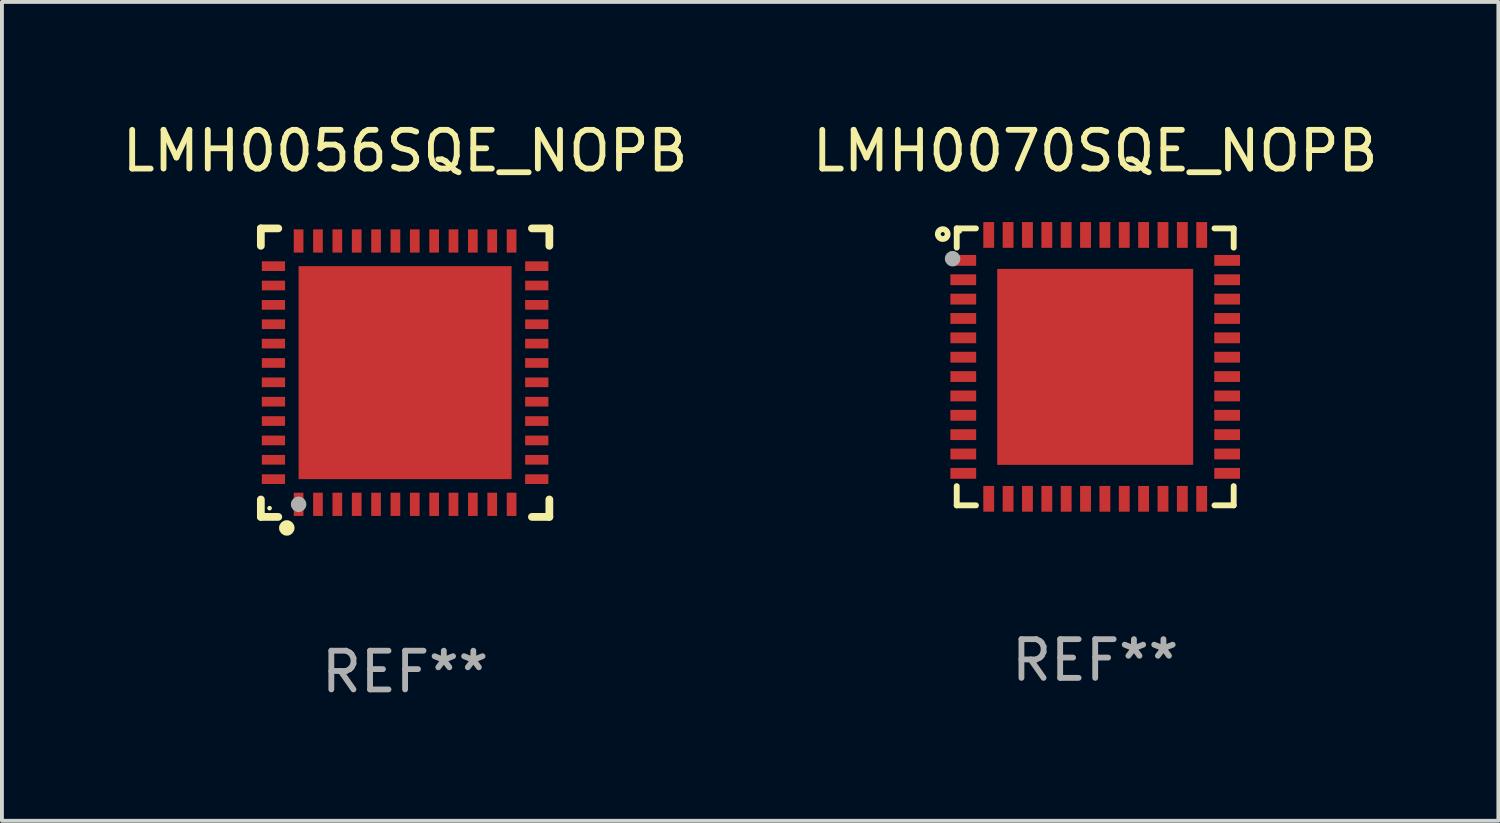
<source format=kicad_pcb>
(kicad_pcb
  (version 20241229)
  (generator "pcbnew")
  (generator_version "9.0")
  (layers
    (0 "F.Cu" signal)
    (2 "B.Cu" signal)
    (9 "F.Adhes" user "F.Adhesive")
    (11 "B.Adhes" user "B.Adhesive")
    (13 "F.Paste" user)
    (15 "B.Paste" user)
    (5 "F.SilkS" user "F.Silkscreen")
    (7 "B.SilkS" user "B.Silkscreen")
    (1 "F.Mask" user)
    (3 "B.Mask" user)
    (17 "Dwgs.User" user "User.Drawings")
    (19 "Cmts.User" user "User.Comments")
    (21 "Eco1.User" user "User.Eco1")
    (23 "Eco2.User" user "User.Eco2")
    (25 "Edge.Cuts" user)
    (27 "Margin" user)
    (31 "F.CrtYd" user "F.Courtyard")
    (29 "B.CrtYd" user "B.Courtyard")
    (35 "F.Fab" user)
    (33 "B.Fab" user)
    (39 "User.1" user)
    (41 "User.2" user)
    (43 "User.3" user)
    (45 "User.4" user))
  (footprint "LMH0070SQE_NOPB"
    (layer "F.Cu")
    (at 25.232 6.424)
    (property "Reference" "LMH0070SQE_NOPB" (at 0 -5.576 0) (layer "F.SilkS") (effects (font (size 1 1) (thickness 0.15))))
    (attr through_hole)
    (fp_line (start -3.576 -3.576) (end -3.576 -3.08) (stroke (width 0.152) (type solid)) (layer "F.SilkS"))
    (fp_line (start -3.576 3.576) (end -3.576 3.08) (stroke (width 0.152) (type solid)) (layer "F.SilkS"))
    (fp_line (start -3.08 -3.576) (end -3.576 -3.576) (stroke (width 0.152) (type solid)) (layer "F.SilkS"))
    (fp_line (start -3.08 3.576) (end -3.576 3.576) (stroke (width 0.152) (type solid)) (layer "F.SilkS"))
    (fp_line (start 3.08 -3.576) (end 3.576 -3.576) (stroke (width 0.152) (type solid)) (layer "F.SilkS"))
    (fp_line (start 3.08 3.576) (end 3.576 3.576) (stroke (width 0.152) (type solid)) (layer "F.SilkS"))
    (fp_line (start 3.576 -3.576) (end 3.576 -3.08) (stroke (width 0.152) (type solid)) (layer "F.SilkS"))
    (fp_line (start 3.576 3.576) (end 3.576 3.08) (stroke (width 0.152) (type solid)) (layer "F.SilkS"))
    (fp_circle (center -3.937 -3.429) (end -3.81 -3.429) (stroke (width 0.15) (type solid)) (fill no) (layer "F.SilkS"))
    (fp_circle (center -3.5 -3.5) (end -3.47 -3.5) (stroke (width 0.06) (type solid)) (fill no) (layer "F.SilkS"))
    (fp_circle (center -3.683 -2.794) (end -3.583 -2.794) (stroke (width 0.2) (type solid)) (fill no) (layer "F.Fab"))
    (fp_text user "REF**" (at 0 7.576 0) (layer "F.Fab") (effects (font (size 1 1) (thickness 0.15))))
    (pad "1" smd rect (at -3.407 -2.75) (size 0.665 0.28) (layers "F.Cu" "F.Mask" "F.Paste"))
    (pad "2" smd rect (at -3.407 -2.25) (size 0.665 0.28) (layers "F.Cu" "F.Mask" "F.Paste"))
    (pad "3" smd rect (at -3.407 -1.75) (size 0.665 0.28) (layers "F.Cu" "F.Mask" "F.Paste"))
    (pad "4" smd rect (at -3.407 -1.25) (size 0.665 0.28) (layers "F.Cu" "F.Mask" "F.Paste"))
    (pad "5" smd rect (at -3.407 -0.75) (size 0.665 0.28) (layers "F.Cu" "F.Mask" "F.Paste"))
    (pad "6" smd rect (at -3.407 -0.25) (size 0.665 0.28) (layers "F.Cu" "F.Mask" "F.Paste"))
    (pad "7" smd rect (at -3.407 0.25) (size 0.665 0.28) (layers "F.Cu" "F.Mask" "F.Paste"))
    (pad "8" smd rect (at -3.407 0.75) (size 0.665 0.28) (layers "F.Cu" "F.Mask" "F.Paste"))
    (pad "9" smd rect (at -3.407 1.25) (size 0.665 0.28) (layers "F.Cu" "F.Mask" "F.Paste"))
    (pad "10" smd rect (at -3.407 1.75) (size 0.665 0.28) (layers "F.Cu" "F.Mask" "F.Paste"))
    (pad "11" smd rect (at -3.407 2.25) (size 0.665 0.28) (layers "F.Cu" "F.Mask" "F.Paste"))
    (pad "12" smd rect (at -3.407 2.75) (size 0.665 0.28) (layers "F.Cu" "F.Mask" "F.Paste"))
    (pad "13" smd rect (at -2.75 3.407) (size 0.28 0.665) (layers "F.Cu" "F.Mask" "F.Paste"))
    (pad "14" smd rect (at -2.25 3.407) (size 0.28 0.665) (layers "F.Cu" "F.Mask" "F.Paste"))
    (pad "15" smd rect (at -1.75 3.407) (size 0.28 0.665) (layers "F.Cu" "F.Mask" "F.Paste"))
    (pad "16" smd rect (at -1.25 3.407) (size 0.28 0.665) (layers "F.Cu" "F.Mask" "F.Paste"))
    (pad "17" smd rect (at -0.75 3.407) (size 0.28 0.665) (layers "F.Cu" "F.Mask" "F.Paste"))
    (pad "18" smd rect (at -0.25 3.407) (size 0.28 0.665) (layers "F.Cu" "F.Mask" "F.Paste"))
    (pad "19" smd rect (at 0.25 3.407) (size 0.28 0.665) (layers "F.Cu" "F.Mask" "F.Paste"))
    (pad "20" smd rect (at 0.75 3.407) (size 0.28 0.665) (layers "F.Cu" "F.Mask" "F.Paste"))
    (pad "21" smd rect (at 1.25 3.407) (size 0.28 0.665) (layers "F.Cu" "F.Mask" "F.Paste"))
    (pad "22" smd rect (at 1.75 3.407) (size 0.28 0.665) (layers "F.Cu" "F.Mask" "F.Paste"))
    (pad "23" smd rect (at 2.25 3.407) (size 0.28 0.665) (layers "F.Cu" "F.Mask" "F.Paste"))
    (pad "24" smd rect (at 2.75 3.407) (size 0.28 0.665) (layers "F.Cu" "F.Mask" "F.Paste"))
    (pad "25" smd rect (at 3.407 2.75) (size 0.665 0.28) (layers "F.Cu" "F.Mask" "F.Paste"))
    (pad "26" smd rect (at 3.407 2.25) (size 0.665 0.28) (layers "F.Cu" "F.Mask" "F.Paste"))
    (pad "27" smd rect (at 3.407 1.75) (size 0.665 0.28) (layers "F.Cu" "F.Mask" "F.Paste"))
    (pad "28" smd rect (at 3.407 1.25) (size 0.665 0.28) (layers "F.Cu" "F.Mask" "F.Paste"))
    (pad "29" smd rect (at 3.407 0.75) (size 0.665 0.28) (layers "F.Cu" "F.Mask" "F.Paste"))
    (pad "30" smd rect (at 3.407 0.25) (size 0.665 0.28) (layers "F.Cu" "F.Mask" "F.Paste"))
    (pad "31" smd rect (at 3.407 -0.25) (size 0.665 0.28) (layers "F.Cu" "F.Mask" "F.Paste"))
    (pad "32" smd rect (at 3.407 -0.75) (size 0.665 0.28) (layers "F.Cu" "F.Mask" "F.Paste"))
    (pad "33" smd rect (at 3.407 -1.25) (size 0.665 0.28) (layers "F.Cu" "F.Mask" "F.Paste"))
    (pad "34" smd rect (at 3.407 -1.75) (size 0.665 0.28) (layers "F.Cu" "F.Mask" "F.Paste"))
    (pad "35" smd rect (at 3.407 -2.25) (size 0.665 0.28) (layers "F.Cu" "F.Mask" "F.Paste"))
    (pad "36" smd rect (at 3.407 -2.75) (size 0.665 0.28) (layers "F.Cu" "F.Mask" "F.Paste"))
    (pad "37" smd rect (at 2.75 -3.407) (size 0.28 0.665) (layers "F.Cu" "F.Mask" "F.Paste"))
    (pad "38" smd rect (at 2.25 -3.407) (size 0.28 0.665) (layers "F.Cu" "F.Mask" "F.Paste"))
    (pad "39" smd rect (at 1.75 -3.407) (size 0.28 0.665) (layers "F.Cu" "F.Mask" "F.Paste"))
    (pad "40" smd rect (at 1.25 -3.407) (size 0.28 0.665) (layers "F.Cu" "F.Mask" "F.Paste"))
    (pad "41" smd rect (at 0.75 -3.407) (size 0.28 0.665) (layers "F.Cu" "F.Mask" "F.Paste"))
    (pad "42" smd rect (at 0.25 -3.407) (size 0.28 0.665) (layers "F.Cu" "F.Mask" "F.Paste"))
    (pad "43" smd rect (at -0.25 -3.407) (size 0.28 0.665) (layers "F.Cu" "F.Mask" "F.Paste"))
    (pad "44" smd rect (at -0.75 -3.407) (size 0.28 0.665) (layers "F.Cu" "F.Mask" "F.Paste"))
    (pad "45" smd rect (at -1.25 -3.407) (size 0.28 0.665) (layers "F.Cu" "F.Mask" "F.Paste"))
    (pad "46" smd rect (at -1.75 -3.407) (size 0.28 0.665) (layers "F.Cu" "F.Mask" "F.Paste"))
    (pad "47" smd rect (at -2.25 -3.407) (size 0.28 0.665) (layers "F.Cu" "F.Mask" "F.Paste"))
    (pad "48" smd rect (at -2.75 -3.407) (size 0.28 0.665) (layers "F.Cu" "F.Mask" "F.Paste"))
    (pad "49" smd rect (at 0 0) (size 5.06 5.06) (layers "F.Cu" "F.Mask" "F.Paste")))
  (footprint "LMH0056SQE_NOPB"
    (layer "F.Cu")
    (at 7.411 6.573)
    (property "Reference" "LMH0056SQE_NOPB" (at 0 -5.725 0) (layer "F.SilkS") (effects (font (size 1 1) (thickness 0.15))))
    (attr through_hole)
    (fp_line (start -3.725 -3.725) (end -3.275 -3.725) (stroke (width 0.2) (type solid)) (layer "F.SilkS"))
    (fp_line (start -3.725 -3.275) (end -3.725 -3.725) (stroke (width 0.2) (type solid)) (layer "F.SilkS"))
    (fp_line (start -3.725 3.725) (end -3.725 3.275) (stroke (width 0.2) (type solid)) (layer "F.SilkS"))
    (fp_line (start -3.275 3.725) (end -3.725 3.725) (stroke (width 0.2) (type solid)) (layer "F.SilkS"))
    (fp_line (start 3.275 3.725) (end 3.725 3.725) (stroke (width 0.2) (type solid)) (layer "F.SilkS"))
    (fp_line (start 3.725 -3.725) (end 3.275 -3.725) (stroke (width 0.2) (type solid)) (layer "F.SilkS"))
    (fp_line (start 3.725 -3.275) (end 3.725 -3.725) (stroke (width 0.2) (type solid)) (layer "F.SilkS"))
    (fp_line (start 3.725 3.725) (end 3.725 3.275) (stroke (width 0.2) (type solid)) (layer "F.SilkS"))
    (fp_circle (center -3.5 3.5) (end -3.47 3.5) (stroke (width 0.06) (type solid)) (fill no) (layer "F.SilkS"))
    (fp_circle (center -3.055 4.01) (end -2.955 4.01) (stroke (width 0.2) (type solid)) (fill no) (layer "F.SilkS"))
    (fp_circle (center -2.75 3.4) (end -2.65 3.4) (stroke (width 0.2) (type solid)) (fill no) (layer "F.Fab"))
    (fp_text user "REF**" (at 0 7.725 0) (layer "F.Fab") (effects (font (size 1 1) (thickness 0.15))))
    (pad "1" smd rect (at -2.75 3.4 180) (size 0.25 0.6) (layers "F.Cu" "F.Mask" "F.Paste"))
    (pad "2" smd rect (at -2.25 3.4 180) (size 0.25 0.6) (layers "F.Cu" "F.Mask" "F.Paste"))
    (pad "3" smd rect (at -1.75 3.4 180) (size 0.25 0.6) (layers "F.Cu" "F.Mask" "F.Paste"))
    (pad "4" smd rect (at -1.25 3.4 180) (size 0.25 0.6) (layers "F.Cu" "F.Mask" "F.Paste"))
    (pad "5" smd rect (at -0.75 3.4 180) (size 0.25 0.6) (layers "F.Cu" "F.Mask" "F.Paste"))
    (pad "6" smd rect (at -0.25 3.4 180) (size 0.25 0.6) (layers "F.Cu" "F.Mask" "F.Paste"))
    (pad "7" smd rect (at 0.25 3.4 180) (size 0.25 0.6) (layers "F.Cu" "F.Mask" "F.Paste"))
    (pad "8" smd rect (at 0.75 3.4 180) (size 0.25 0.6) (layers "F.Cu" "F.Mask" "F.Paste"))
    (pad "9" smd rect (at 1.25 3.4 180) (size 0.25 0.6) (layers "F.Cu" "F.Mask" "F.Paste"))
    (pad "10" smd rect (at 1.75 3.4 180) (size 0.25 0.6) (layers "F.Cu" "F.Mask" "F.Paste"))
    (pad "11" smd rect (at 2.25 3.4 180) (size 0.25 0.6) (layers "F.Cu" "F.Mask" "F.Paste"))
    (pad "12" smd rect (at 2.75 3.4 180) (size 0.25 0.6) (layers "F.Cu" "F.Mask" "F.Paste"))
    (pad "13" smd rect (at 3.4 2.75 90) (size 0.25 0.6) (layers "F.Cu" "F.Mask" "F.Paste"))
    (pad "14" smd rect (at 3.4 2.25 90) (size 0.25 0.6) (layers "F.Cu" "F.Mask" "F.Paste"))
    (pad "15" smd rect (at 3.4 1.75 90) (size 0.25 0.6) (layers "F.Cu" "F.Mask" "F.Paste"))
    (pad "16" smd rect (at 3.4 1.25 90) (size 0.25 0.6) (layers "F.Cu" "F.Mask" "F.Paste"))
    (pad "17" smd rect (at 3.4 0.75 90) (size 0.25 0.6) (layers "F.Cu" "F.Mask" "F.Paste"))
    (pad "18" smd rect (at 3.4 0.25 90) (size 0.25 0.6) (layers "F.Cu" "F.Mask" "F.Paste"))
    (pad "19" smd rect (at 3.4 -0.25 90) (size 0.25 0.6) (layers "F.Cu" "F.Mask" "F.Paste"))
    (pad "20" smd rect (at 3.4 -0.75 90) (size 0.25 0.6) (layers "F.Cu" "F.Mask" "F.Paste"))
    (pad "21" smd rect (at 3.4 -1.25 90) (size 0.25 0.6) (layers "F.Cu" "F.Mask" "F.Paste"))
    (pad "22" smd rect (at 3.4 -1.75 90) (size 0.25 0.6) (layers "F.Cu" "F.Mask" "F.Paste"))
    (pad "23" smd rect (at 3.4 -2.25 90) (size 0.25 0.6) (layers "F.Cu" "F.Mask" "F.Paste"))
    (pad "24" smd rect (at 3.4 -2.75 90) (size 0.25 0.6) (layers "F.Cu" "F.Mask" "F.Paste"))
    (pad "25" smd rect (at 2.75 -3.4 180) (size 0.25 0.6) (layers "F.Cu" "F.Mask" "F.Paste"))
    (pad "26" smd rect (at 2.25 -3.4 180) (size 0.25 0.6) (layers "F.Cu" "F.Mask" "F.Paste"))
    (pad "27" smd rect (at 1.75 -3.4 180) (size 0.25 0.6) (layers "F.Cu" "F.Mask" "F.Paste"))
    (pad "28" smd rect (at 1.25 -3.4 180) (size 0.25 0.6) (layers "F.Cu" "F.Mask" "F.Paste"))
    (pad "29" smd rect (at 0.75 -3.4 180) (size 0.25 0.6) (layers "F.Cu" "F.Mask" "F.Paste"))
    (pad "30" smd rect (at 0.25 -3.4 180) (size 0.25 0.6) (layers "F.Cu" "F.Mask" "F.Paste"))
    (pad "31" smd rect (at -0.25 -3.4 180) (size 0.25 0.6) (layers "F.Cu" "F.Mask" "F.Paste"))
    (pad "32" smd rect (at -0.75 -3.4 180) (size 0.25 0.6) (layers "F.Cu" "F.Mask" "F.Paste"))
    (pad "33" smd rect (at -1.25 -3.4 180) (size 0.25 0.6) (layers "F.Cu" "F.Mask" "F.Paste"))
    (pad "34" smd rect (at -1.75 -3.4 180) (size 0.25 0.6) (layers "F.Cu" "F.Mask" "F.Paste"))
    (pad "35" smd rect (at -2.25 -3.4 180) (size 0.25 0.6) (layers "F.Cu" "F.Mask" "F.Paste"))
    (pad "36" smd rect (at -2.75 -3.4 180) (size 0.25 0.6) (layers "F.Cu" "F.Mask" "F.Paste"))
    (pad "37" smd rect (at -3.4 -2.75 90) (size 0.25 0.6) (layers "F.Cu" "F.Mask" "F.Paste"))
    (pad "38" smd rect (at -3.4 -2.25 90) (size 0.25 0.6) (layers "F.Cu" "F.Mask" "F.Paste"))
    (pad "39" smd rect (at -3.4 -1.75 90) (size 0.25 0.6) (layers "F.Cu" "F.Mask" "F.Paste"))
    (pad "40" smd rect (at -3.4 -1.25 90) (size 0.25 0.6) (layers "F.Cu" "F.Mask" "F.Paste"))
    (pad "41" smd rect (at -3.4 -0.75 90) (size 0.25 0.6) (layers "F.Cu" "F.Mask" "F.Paste"))
    (pad "42" smd rect (at -3.4 -0.25 90) (size 0.25 0.6) (layers "F.Cu" "F.Mask" "F.Paste"))
    (pad "43" smd rect (at -3.4 0.25 90) (size 0.25 0.6) (layers "F.Cu" "F.Mask" "F.Paste"))
    (pad "44" smd rect (at -3.4 0.75 90) (size 0.25 0.6) (layers "F.Cu" "F.Mask" "F.Paste"))
    (pad "45" smd rect (at -3.4 1.25 90) (size 0.25 0.6) (layers "F.Cu" "F.Mask" "F.Paste"))
    (pad "46" smd rect (at -3.4 1.75 90) (size 0.25 0.6) (layers "F.Cu" "F.Mask" "F.Paste"))
    (pad "47" smd rect (at -3.4 2.25 90) (size 0.25 0.6) (layers "F.Cu" "F.Mask" "F.Paste"))
    (pad "48" smd rect (at -3.4 2.75 90) (size 0.25 0.6) (layers "F.Cu" "F.Mask" "F.Paste"))
    (pad "49" smd rect (at -0.000076 -0.000076 90) (size 5.5 5.5) (layers "F.Cu" "F.Mask" "F.Paste")))
  (gr_rect
    (start -3 -3)
    (end 35.643 18.146)
    (stroke (width 0.1) (type default))
    (fill no)
    (layer "Edge.Cuts")))
</source>
